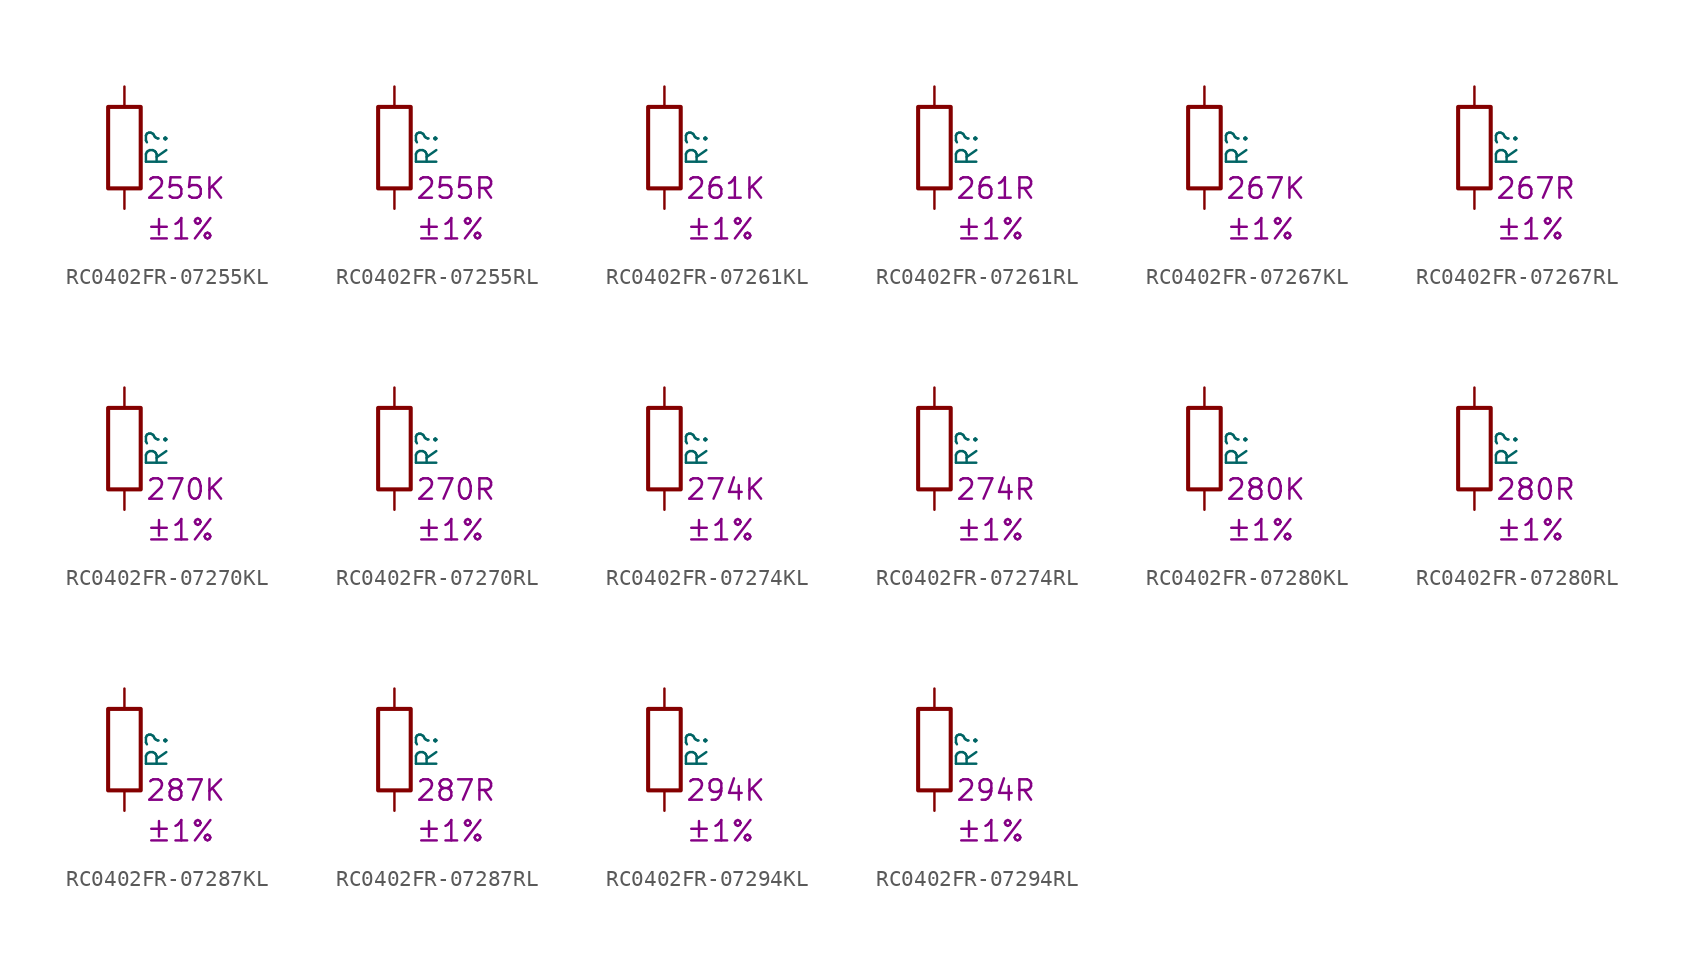
<source format=kicad_sym>
(kicad_symbol_lib
  (version 20220914)
  (generator kicad_symbol_editor)
  (symbol "RC0402FR-07255KL"
    (pin_numbers hide)
    (pin_names
      (offset 0))
    (property "Reference" "R"
      (at 2.032 0 90)
      (effects (font (size 1.27 1.27))))
    (property "Resistance" "255K"
      (at 1.27 -2.54 0)
      (effects (font (size 1.27 1.27)) (justify left)))
    (property "Tolerance" "±1%"
      (at 1.27 -5.08 0)
      (effects (font (size 1.27 1.27)) (justify left)))
    (symbol "RC0402FR-07255KL_0_1"
      (rectangle (start -1.016 -2.54) (end 1.016 2.54) (stroke (width 0.254) (type default)) (fill (type none))))
    (symbol "RC0402FR-07255KL_1_1"
      (pin passive line (at 0 3.81 270) (length 1.27) (name "~" (effects (font (size 1.27 1.27)))) (number "1" (effects (font (size 1.27 1.27)))))
      (pin passive line (at 0 -3.81 90) (length 1.27) (name "~" (effects (font (size 1.27 1.27)))) (number "2" (effects (font (size 1.27 1.27)))))))
  (symbol "RC0402FR-07255RL"
    (pin_numbers hide)
    (pin_names
      (offset 0))
    (property "Reference" "R"
      (at 2.032 0 90)
      (effects (font (size 1.27 1.27))))
    (property "Resistance" "255R"
      (at 1.27 -2.54 0)
      (effects (font (size 1.27 1.27)) (justify left)))
    (property "Tolerance" "±1%"
      (at 1.27 -5.08 0)
      (effects (font (size 1.27 1.27)) (justify left)))
    (symbol "RC0402FR-07255RL_0_1"
      (rectangle (start -1.016 -2.54) (end 1.016 2.54) (stroke (width 0.254) (type default)) (fill (type none))))
    (symbol "RC0402FR-07255RL_1_1"
      (pin passive line (at 0 3.81 270) (length 1.27) (name "~" (effects (font (size 1.27 1.27)))) (number "1" (effects (font (size 1.27 1.27)))))
      (pin passive line (at 0 -3.81 90) (length 1.27) (name "~" (effects (font (size 1.27 1.27)))) (number "2" (effects (font (size 1.27 1.27)))))))
  (symbol "RC0402FR-07261KL"
    (pin_numbers hide)
    (pin_names
      (offset 0))
    (property "Reference" "R"
      (at 2.032 0 90)
      (effects (font (size 1.27 1.27))))
    (property "Resistance" "261K"
      (at 1.27 -2.54 0)
      (effects (font (size 1.27 1.27)) (justify left)))
    (property "Tolerance" "±1%"
      (at 1.27 -5.08 0)
      (effects (font (size 1.27 1.27)) (justify left)))
    (symbol "RC0402FR-07261KL_0_1"
      (rectangle (start -1.016 -2.54) (end 1.016 2.54) (stroke (width 0.254) (type default)) (fill (type none))))
    (symbol "RC0402FR-07261KL_1_1"
      (pin passive line (at 0 3.81 270) (length 1.27) (name "~" (effects (font (size 1.27 1.27)))) (number "1" (effects (font (size 1.27 1.27)))))
      (pin passive line (at 0 -3.81 90) (length 1.27) (name "~" (effects (font (size 1.27 1.27)))) (number "2" (effects (font (size 1.27 1.27)))))))
  (symbol "RC0402FR-07261RL"
    (pin_numbers hide)
    (pin_names
      (offset 0))
    (property "Reference" "R"
      (at 2.032 0 90)
      (effects (font (size 1.27 1.27))))
    (property "Resistance" "261R"
      (at 1.27 -2.54 0)
      (effects (font (size 1.27 1.27)) (justify left)))
    (property "Tolerance" "±1%"
      (at 1.27 -5.08 0)
      (effects (font (size 1.27 1.27)) (justify left)))
    (symbol "RC0402FR-07261RL_0_1"
      (rectangle (start -1.016 -2.54) (end 1.016 2.54) (stroke (width 0.254) (type default)) (fill (type none))))
    (symbol "RC0402FR-07261RL_1_1"
      (pin passive line (at 0 3.81 270) (length 1.27) (name "~" (effects (font (size 1.27 1.27)))) (number "1" (effects (font (size 1.27 1.27)))))
      (pin passive line (at 0 -3.81 90) (length 1.27) (name "~" (effects (font (size 1.27 1.27)))) (number "2" (effects (font (size 1.27 1.27)))))))
  (symbol "RC0402FR-07267KL"
    (pin_numbers hide)
    (pin_names
      (offset 0))
    (property "Reference" "R"
      (at 2.032 0 90)
      (effects (font (size 1.27 1.27))))
    (property "Resistance" "267K"
      (at 1.27 -2.54 0)
      (effects (font (size 1.27 1.27)) (justify left)))
    (property "Tolerance" "±1%"
      (at 1.27 -5.08 0)
      (effects (font (size 1.27 1.27)) (justify left)))
    (symbol "RC0402FR-07267KL_0_1"
      (rectangle (start -1.016 -2.54) (end 1.016 2.54) (stroke (width 0.254) (type default)) (fill (type none))))
    (symbol "RC0402FR-07267KL_1_1"
      (pin passive line (at 0 3.81 270) (length 1.27) (name "~" (effects (font (size 1.27 1.27)))) (number "1" (effects (font (size 1.27 1.27)))))
      (pin passive line (at 0 -3.81 90) (length 1.27) (name "~" (effects (font (size 1.27 1.27)))) (number "2" (effects (font (size 1.27 1.27)))))))
  (symbol "RC0402FR-07267RL"
    (pin_numbers hide)
    (pin_names
      (offset 0))
    (property "Reference" "R"
      (at 2.032 0 90)
      (effects (font (size 1.27 1.27))))
    (property "Resistance" "267R"
      (at 1.27 -2.54 0)
      (effects (font (size 1.27 1.27)) (justify left)))
    (property "Tolerance" "±1%"
      (at 1.27 -5.08 0)
      (effects (font (size 1.27 1.27)) (justify left)))
    (symbol "RC0402FR-07267RL_0_1"
      (rectangle (start -1.016 -2.54) (end 1.016 2.54) (stroke (width 0.254) (type default)) (fill (type none))))
    (symbol "RC0402FR-07267RL_1_1"
      (pin passive line (at 0 3.81 270) (length 1.27) (name "~" (effects (font (size 1.27 1.27)))) (number "1" (effects (font (size 1.27 1.27)))))
      (pin passive line (at 0 -3.81 90) (length 1.27) (name "~" (effects (font (size 1.27 1.27)))) (number "2" (effects (font (size 1.27 1.27)))))))
  (symbol "RC0402FR-07270KL"
    (pin_numbers hide)
    (pin_names
      (offset 0))
    (property "Reference" "R"
      (at 2.032 0 90)
      (effects (font (size 1.27 1.27))))
    (property "Resistance" "270K"
      (at 1.27 -2.54 0)
      (effects (font (size 1.27 1.27)) (justify left)))
    (property "Tolerance" "±1%"
      (at 1.27 -5.08 0)
      (effects (font (size 1.27 1.27)) (justify left)))
    (symbol "RC0402FR-07270KL_0_1"
      (rectangle (start -1.016 -2.54) (end 1.016 2.54) (stroke (width 0.254) (type default)) (fill (type none))))
    (symbol "RC0402FR-07270KL_1_1"
      (pin passive line (at 0 3.81 270) (length 1.27) (name "~" (effects (font (size 1.27 1.27)))) (number "1" (effects (font (size 1.27 1.27)))))
      (pin passive line (at 0 -3.81 90) (length 1.27) (name "~" (effects (font (size 1.27 1.27)))) (number "2" (effects (font (size 1.27 1.27)))))))
  (symbol "RC0402FR-07270RL"
    (pin_numbers hide)
    (pin_names
      (offset 0))
    (property "Reference" "R"
      (at 2.032 0 90)
      (effects (font (size 1.27 1.27))))
    (property "Resistance" "270R"
      (at 1.27 -2.54 0)
      (effects (font (size 1.27 1.27)) (justify left)))
    (property "Tolerance" "±1%"
      (at 1.27 -5.08 0)
      (effects (font (size 1.27 1.27)) (justify left)))
    (symbol "RC0402FR-07270RL_0_1"
      (rectangle (start -1.016 -2.54) (end 1.016 2.54) (stroke (width 0.254) (type default)) (fill (type none))))
    (symbol "RC0402FR-07270RL_1_1"
      (pin passive line (at 0 3.81 270) (length 1.27) (name "~" (effects (font (size 1.27 1.27)))) (number "1" (effects (font (size 1.27 1.27)))))
      (pin passive line (at 0 -3.81 90) (length 1.27) (name "~" (effects (font (size 1.27 1.27)))) (number "2" (effects (font (size 1.27 1.27)))))))
  (symbol "RC0402FR-07274KL"
    (pin_numbers hide)
    (pin_names
      (offset 0))
    (property "Reference" "R"
      (at 2.032 0 90)
      (effects (font (size 1.27 1.27))))
    (property "Resistance" "274K"
      (at 1.27 -2.54 0)
      (effects (font (size 1.27 1.27)) (justify left)))
    (property "Tolerance" "±1%"
      (at 1.27 -5.08 0)
      (effects (font (size 1.27 1.27)) (justify left)))
    (symbol "RC0402FR-07274KL_0_1"
      (rectangle (start -1.016 -2.54) (end 1.016 2.54) (stroke (width 0.254) (type default)) (fill (type none))))
    (symbol "RC0402FR-07274KL_1_1"
      (pin passive line (at 0 3.81 270) (length 1.27) (name "~" (effects (font (size 1.27 1.27)))) (number "1" (effects (font (size 1.27 1.27)))))
      (pin passive line (at 0 -3.81 90) (length 1.27) (name "~" (effects (font (size 1.27 1.27)))) (number "2" (effects (font (size 1.27 1.27)))))))
  (symbol "RC0402FR-07274RL"
    (pin_numbers hide)
    (pin_names
      (offset 0))
    (property "Reference" "R"
      (at 2.032 0 90)
      (effects (font (size 1.27 1.27))))
    (property "Resistance" "274R"
      (at 1.27 -2.54 0)
      (effects (font (size 1.27 1.27)) (justify left)))
    (property "Tolerance" "±1%"
      (at 1.27 -5.08 0)
      (effects (font (size 1.27 1.27)) (justify left)))
    (symbol "RC0402FR-07274RL_0_1"
      (rectangle (start -1.016 -2.54) (end 1.016 2.54) (stroke (width 0.254) (type default)) (fill (type none))))
    (symbol "RC0402FR-07274RL_1_1"
      (pin passive line (at 0 3.81 270) (length 1.27) (name "~" (effects (font (size 1.27 1.27)))) (number "1" (effects (font (size 1.27 1.27)))))
      (pin passive line (at 0 -3.81 90) (length 1.27) (name "~" (effects (font (size 1.27 1.27)))) (number "2" (effects (font (size 1.27 1.27)))))))
  (symbol "RC0402FR-07280KL"
    (pin_numbers hide)
    (pin_names
      (offset 0))
    (property "Reference" "R"
      (at 2.032 0 90)
      (effects (font (size 1.27 1.27))))
    (property "Resistance" "280K"
      (at 1.27 -2.54 0)
      (effects (font (size 1.27 1.27)) (justify left)))
    (property "Tolerance" "±1%"
      (at 1.27 -5.08 0)
      (effects (font (size 1.27 1.27)) (justify left)))
    (symbol "RC0402FR-07280KL_0_1"
      (rectangle (start -1.016 -2.54) (end 1.016 2.54) (stroke (width 0.254) (type default)) (fill (type none))))
    (symbol "RC0402FR-07280KL_1_1"
      (pin passive line (at 0 3.81 270) (length 1.27) (name "~" (effects (font (size 1.27 1.27)))) (number "1" (effects (font (size 1.27 1.27)))))
      (pin passive line (at 0 -3.81 90) (length 1.27) (name "~" (effects (font (size 1.27 1.27)))) (number "2" (effects (font (size 1.27 1.27)))))))
  (symbol "RC0402FR-07280RL"
    (pin_numbers hide)
    (pin_names
      (offset 0))
    (property "Reference" "R"
      (at 2.032 0 90)
      (effects (font (size 1.27 1.27))))
    (property "Resistance" "280R"
      (at 1.27 -2.54 0)
      (effects (font (size 1.27 1.27)) (justify left)))
    (property "Tolerance" "±1%"
      (at 1.27 -5.08 0)
      (effects (font (size 1.27 1.27)) (justify left)))
    (symbol "RC0402FR-07280RL_0_1"
      (rectangle (start -1.016 -2.54) (end 1.016 2.54) (stroke (width 0.254) (type default)) (fill (type none))))
    (symbol "RC0402FR-07280RL_1_1"
      (pin passive line (at 0 3.81 270) (length 1.27) (name "~" (effects (font (size 1.27 1.27)))) (number "1" (effects (font (size 1.27 1.27)))))
      (pin passive line (at 0 -3.81 90) (length 1.27) (name "~" (effects (font (size 1.27 1.27)))) (number "2" (effects (font (size 1.27 1.27)))))))
  (symbol "RC0402FR-07287KL"
    (pin_numbers hide)
    (pin_names
      (offset 0))
    (property "Reference" "R"
      (at 2.032 0 90)
      (effects (font (size 1.27 1.27))))
    (property "Resistance" "287K"
      (at 1.27 -2.54 0)
      (effects (font (size 1.27 1.27)) (justify left)))
    (property "Tolerance" "±1%"
      (at 1.27 -5.08 0)
      (effects (font (size 1.27 1.27)) (justify left)))
    (symbol "RC0402FR-07287KL_0_1"
      (rectangle (start -1.016 -2.54) (end 1.016 2.54) (stroke (width 0.254) (type default)) (fill (type none))))
    (symbol "RC0402FR-07287KL_1_1"
      (pin passive line (at 0 3.81 270) (length 1.27) (name "~" (effects (font (size 1.27 1.27)))) (number "1" (effects (font (size 1.27 1.27)))))
      (pin passive line (at 0 -3.81 90) (length 1.27) (name "~" (effects (font (size 1.27 1.27)))) (number "2" (effects (font (size 1.27 1.27)))))))
  (symbol "RC0402FR-07287RL"
    (pin_numbers hide)
    (pin_names
      (offset 0))
    (property "Reference" "R"
      (at 2.032 0 90)
      (effects (font (size 1.27 1.27))))
    (property "Resistance" "287R"
      (at 1.27 -2.54 0)
      (effects (font (size 1.27 1.27)) (justify left)))
    (property "Tolerance" "±1%"
      (at 1.27 -5.08 0)
      (effects (font (size 1.27 1.27)) (justify left)))
    (symbol "RC0402FR-07287RL_0_1"
      (rectangle (start -1.016 -2.54) (end 1.016 2.54) (stroke (width 0.254) (type default)) (fill (type none))))
    (symbol "RC0402FR-07287RL_1_1"
      (pin passive line (at 0 3.81 270) (length 1.27) (name "~" (effects (font (size 1.27 1.27)))) (number "1" (effects (font (size 1.27 1.27)))))
      (pin passive line (at 0 -3.81 90) (length 1.27) (name "~" (effects (font (size 1.27 1.27)))) (number "2" (effects (font (size 1.27 1.27)))))))
  (symbol "RC0402FR-07294KL"
    (pin_numbers hide)
    (pin_names
      (offset 0))
    (property "Reference" "R"
      (at 2.032 0 90)
      (effects (font (size 1.27 1.27))))
    (property "Resistance" "294K"
      (at 1.27 -2.54 0)
      (effects (font (size 1.27 1.27)) (justify left)))
    (property "Tolerance" "±1%"
      (at 1.27 -5.08 0)
      (effects (font (size 1.27 1.27)) (justify left)))
    (symbol "RC0402FR-07294KL_0_1"
      (rectangle (start -1.016 -2.54) (end 1.016 2.54) (stroke (width 0.254) (type default)) (fill (type none))))
    (symbol "RC0402FR-07294KL_1_1"
      (pin passive line (at 0 3.81 270) (length 1.27) (name "~" (effects (font (size 1.27 1.27)))) (number "1" (effects (font (size 1.27 1.27)))))
      (pin passive line (at 0 -3.81 90) (length 1.27) (name "~" (effects (font (size 1.27 1.27)))) (number "2" (effects (font (size 1.27 1.27)))))))
  (symbol "RC0402FR-07294RL"
    (pin_numbers hide)
    (pin_names
      (offset 0))
    (property "Reference" "R"
      (at 2.032 0 90)
      (effects (font (size 1.27 1.27))))
    (property "Resistance" "294R"
      (at 1.27 -2.54 0)
      (effects (font (size 1.27 1.27)) (justify left)))
    (property "Tolerance" "±1%"
      (at 1.27 -5.08 0)
      (effects (font (size 1.27 1.27)) (justify left)))
    (symbol "RC0402FR-07294RL_0_1"
      (rectangle (start -1.016 -2.54) (end 1.016 2.54) (stroke (width 0.254) (type default)) (fill (type none))))
    (symbol "RC0402FR-07294RL_1_1"
      (pin passive line (at 0 3.81 270) (length 1.27) (name "~" (effects (font (size 1.27 1.27)))) (number "1" (effects (font (size 1.27 1.27)))))
      (pin passive line (at 0 -3.81 90) (length 1.27) (name "~" (effects (font (size 1.27 1.27)))) (number "2" (effects (font (size 1.27 1.27))))))))
</source>
